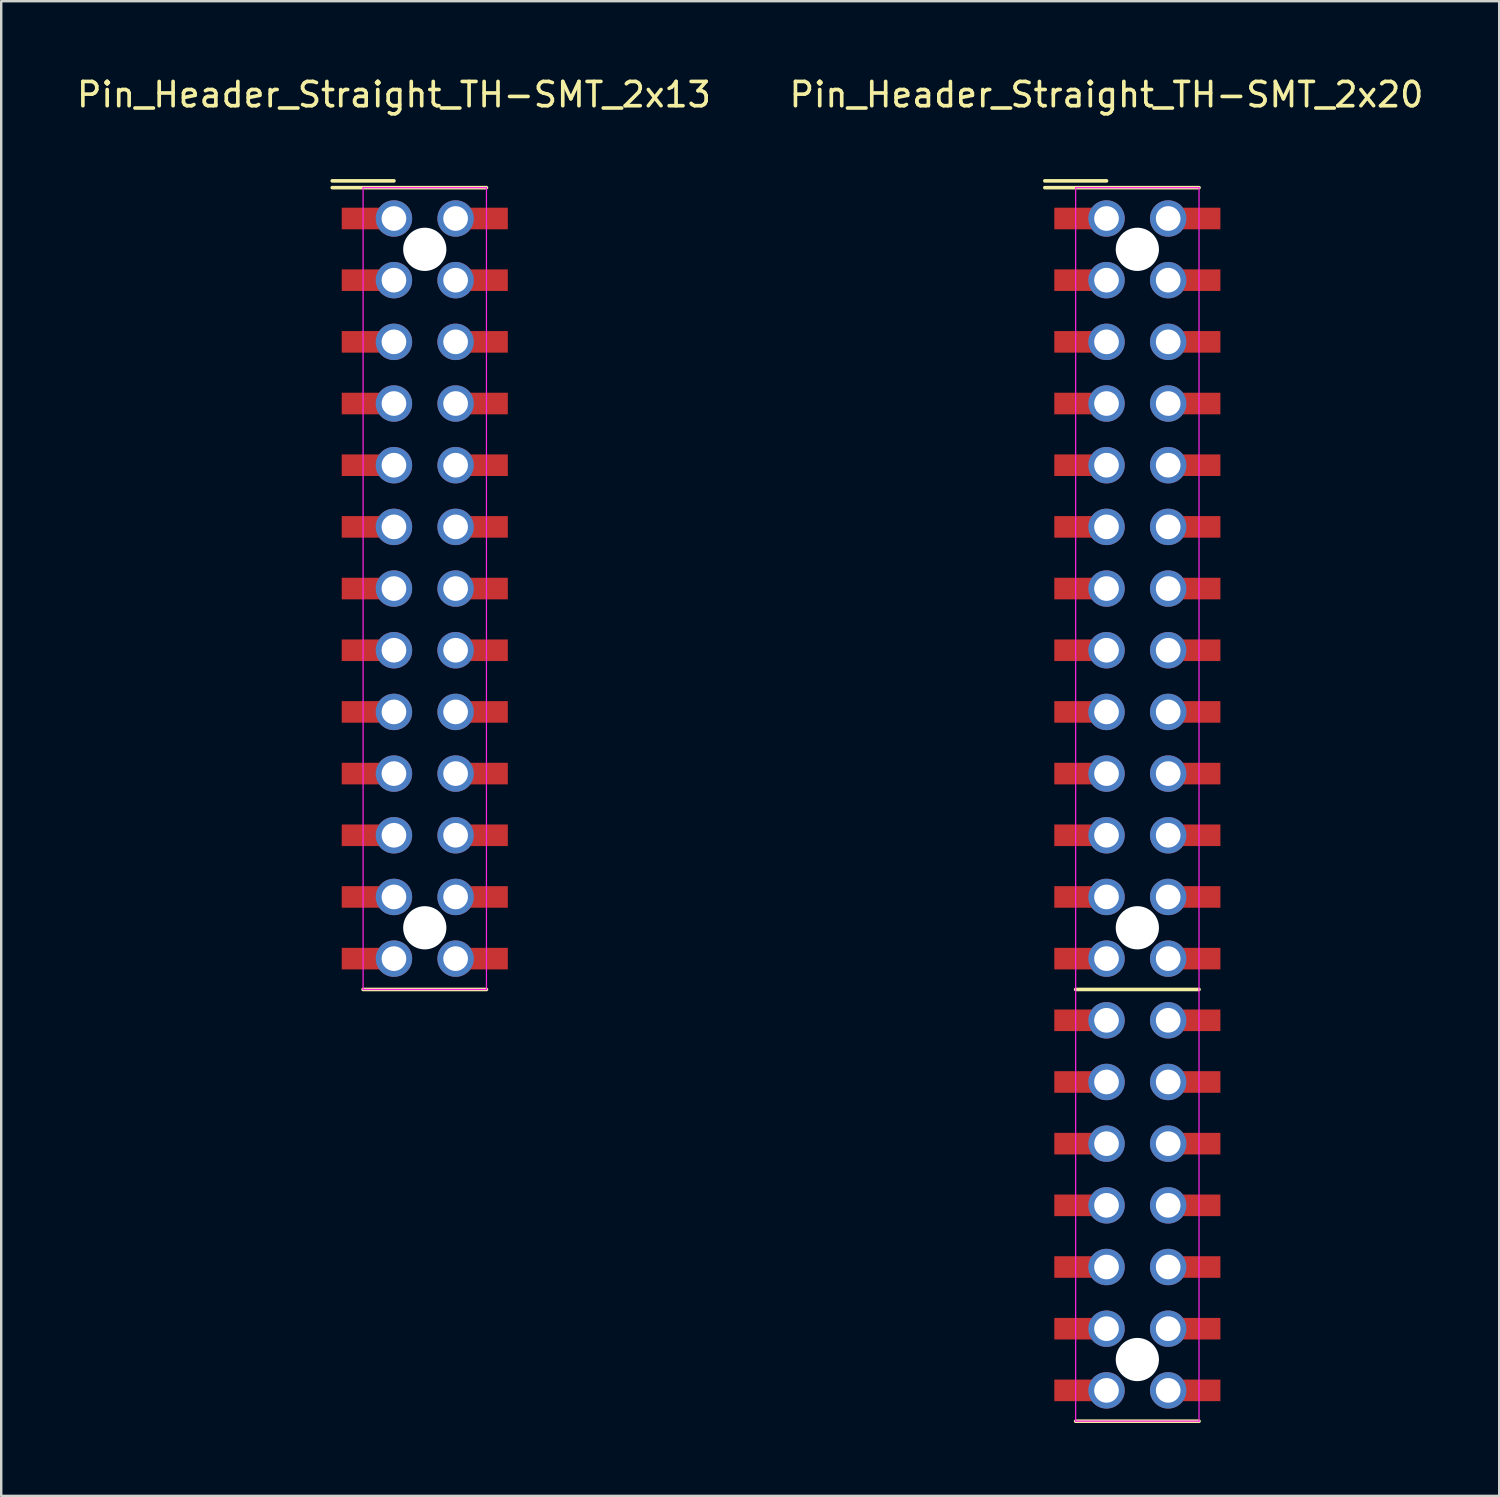
<source format=kicad_pcb>
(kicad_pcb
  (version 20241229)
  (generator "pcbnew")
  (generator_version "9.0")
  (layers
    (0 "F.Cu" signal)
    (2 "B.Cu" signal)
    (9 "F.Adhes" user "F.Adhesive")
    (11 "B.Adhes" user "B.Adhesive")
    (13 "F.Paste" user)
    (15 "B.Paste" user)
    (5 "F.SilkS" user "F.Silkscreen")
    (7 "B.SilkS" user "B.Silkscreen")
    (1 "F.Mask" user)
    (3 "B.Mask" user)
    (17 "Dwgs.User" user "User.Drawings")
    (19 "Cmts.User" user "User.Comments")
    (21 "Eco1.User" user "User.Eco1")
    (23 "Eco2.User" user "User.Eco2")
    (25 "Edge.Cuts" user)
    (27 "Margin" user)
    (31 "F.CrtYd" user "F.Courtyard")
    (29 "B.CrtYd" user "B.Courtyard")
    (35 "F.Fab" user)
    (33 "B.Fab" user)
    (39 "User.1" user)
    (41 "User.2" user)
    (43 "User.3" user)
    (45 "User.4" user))
  (footprint "Pin_Header_Straight_TH-SMT_2x20"
    (layer "F.Cu")
    (at 42.518 5.948)
    (property "Reference" "Pin_Header_Straight_TH-SMT_2x20" (at 0 -5.1 0) (layer "F.SilkS") (effects (font (size 1 1) (thickness 0.15))))
    (attr through_hole)
    (fp_line (start 0 -1.55) (end -2.54 -1.55) (stroke (width 0.15) (type solid)) (layer "F.SilkS"))
    (fp_line (start 3.81 -1.27) (end -2.54 -1.27) (stroke (width 0.15) (type solid)) (layer "F.SilkS"))
    (fp_line (start 3.81 31.75) (end -1.27 31.75) (stroke (width 0.15) (type solid)) (layer "F.SilkS"))
    (fp_line (start 3.81 49.53) (end -1.27 49.53) (stroke (width 0.15) (type solid)) (layer "F.SilkS"))
    (fp_line (start -1.27 -1.27) (end -1.27 49.53) (stroke (width 0.05) (type solid)) (layer "F.CrtYd"))
    (fp_line (start -1.27 -1.27) (end 3.81 -1.27) (stroke (width 0.05) (type solid)) (layer "F.CrtYd"))
    (fp_line (start -1.27 49.53) (end 3.81 49.53) (stroke (width 0.05) (type solid)) (layer "F.CrtYd"))
    (fp_line (start 3.81 -1.27) (end 3.81 49.53) (stroke (width 0.05) (type solid)) (layer "F.CrtYd"))
    (pad "" np_thru_hole circle (at 1.27 1.27) (size 1.78 1.78) (drill 1.78) (layers "*.Cu"))
    (pad "" np_thru_hole circle (at 1.27 29.21) (size 1.78 1.78) (drill 1.78) (layers "*.Cu"))
    (pad "" np_thru_hole circle (at 1.27 46.99) (size 1.78 1.78) (drill 1.78) (layers "*.Cu"))
    (pad "1" smd rect (at -1.31 0) (size 1.68 0.889) (layers "F.Cu" "F.Mask" "F.Paste"))
    (pad "1" thru_hole circle (at 0 0) (size 1.5 1.5) (drill 1.016) (layers "*.Cu" "*.Mask"))
    (pad "2" thru_hole circle (at 2.54 0) (size 1.5 1.5) (drill 1.016) (layers "*.Cu" "*.Mask"))
    (pad "2" smd rect (at 3.85 0) (size 1.68 0.889) (layers "F.Cu" "F.Mask" "F.Paste"))
    (pad "3" smd rect (at -1.31 2.54) (size 1.68 0.889) (layers "F.Cu" "F.Mask" "F.Paste"))
    (pad "3" thru_hole circle (at 0 2.54) (size 1.5 1.5) (drill 1.016) (layers "*.Cu" "*.Mask"))
    (pad "4" thru_hole circle (at 2.54 2.54) (size 1.5 1.5) (drill 1.016) (layers "*.Cu" "*.Mask"))
    (pad "4" smd rect (at 3.85 2.54) (size 1.68 0.889) (layers "F.Cu" "F.Mask" "F.Paste"))
    (pad "5" smd rect (at -1.31 5.08) (size 1.68 0.889) (layers "F.Cu" "F.Mask" "F.Paste"))
    (pad "5" thru_hole circle (at 0 5.08) (size 1.5 1.5) (drill 1.016) (layers "*.Cu" "*.Mask"))
    (pad "6" thru_hole circle (at 2.54 5.08) (size 1.5 1.5) (drill 1.016) (layers "*.Cu" "*.Mask"))
    (pad "6" smd rect (at 3.85 5.08) (size 1.68 0.889) (layers "F.Cu" "F.Mask" "F.Paste"))
    (pad "7" smd rect (at -1.31 7.62) (size 1.68 0.889) (layers "F.Cu" "F.Mask" "F.Paste"))
    (pad "7" thru_hole circle (at 0 7.62) (size 1.5 1.5) (drill 1.016) (layers "*.Cu" "*.Mask"))
    (pad "8" thru_hole circle (at 2.54 7.62) (size 1.5 1.5) (drill 1.016) (layers "*.Cu" "*.Mask"))
    (pad "8" smd rect (at 3.85 7.62) (size 1.68 0.889) (layers "F.Cu" "F.Mask" "F.Paste"))
    (pad "9" smd rect (at -1.31 10.16) (size 1.68 0.889) (layers "F.Cu" "F.Mask" "F.Paste"))
    (pad "9" thru_hole circle (at 0 10.16) (size 1.5 1.5) (drill 1.016) (layers "*.Cu" "*.Mask"))
    (pad "10" thru_hole circle (at 2.54 10.16) (size 1.5 1.5) (drill 1.016) (layers "*.Cu" "*.Mask"))
    (pad "10" smd rect (at 3.85 10.16) (size 1.68 0.889) (layers "F.Cu" "F.Mask" "F.Paste"))
    (pad "11" smd rect (at -1.31 12.7) (size 1.68 0.889) (layers "F.Cu" "F.Mask" "F.Paste"))
    (pad "11" thru_hole circle (at 0 12.7) (size 1.5 1.5) (drill 1.016) (layers "*.Cu" "*.Mask"))
    (pad "12" thru_hole circle (at 2.54 12.7) (size 1.5 1.5) (drill 1.016) (layers "*.Cu" "*.Mask"))
    (pad "12" smd rect (at 3.85 12.7) (size 1.68 0.889) (layers "F.Cu" "F.Mask" "F.Paste"))
    (pad "13" smd rect (at -1.31 15.24) (size 1.68 0.889) (layers "F.Cu" "F.Mask" "F.Paste"))
    (pad "13" thru_hole circle (at 0 15.24) (size 1.5 1.5) (drill 1.016) (layers "*.Cu" "*.Mask"))
    (pad "14" thru_hole circle (at 2.54 15.24) (size 1.5 1.5) (drill 1.016) (layers "*.Cu" "*.Mask"))
    (pad "14" smd rect (at 3.85 15.24) (size 1.68 0.889) (layers "F.Cu" "F.Mask" "F.Paste"))
    (pad "15" smd rect (at -1.31 17.78) (size 1.68 0.889) (layers "F.Cu" "F.Mask" "F.Paste"))
    (pad "15" thru_hole circle (at 0 17.78) (size 1.5 1.5) (drill 1.016) (layers "*.Cu" "*.Mask"))
    (pad "16" thru_hole circle (at 2.54 17.78) (size 1.5 1.5) (drill 1.016) (layers "*.Cu" "*.Mask"))
    (pad "16" smd rect (at 3.85 17.78) (size 1.68 0.889) (layers "F.Cu" "F.Mask" "F.Paste"))
    (pad "17" smd rect (at -1.31 20.32) (size 1.68 0.889) (layers "F.Cu" "F.Mask" "F.Paste"))
    (pad "17" thru_hole circle (at 0 20.32) (size 1.5 1.5) (drill 1.016) (layers "*.Cu" "*.Mask"))
    (pad "18" thru_hole circle (at 2.54 20.32) (size 1.5 1.5) (drill 1.016) (layers "*.Cu" "*.Mask"))
    (pad "18" smd rect (at 3.85 20.32) (size 1.68 0.889) (layers "F.Cu" "F.Mask" "F.Paste"))
    (pad "19" smd rect (at -1.31 22.86) (size 1.68 0.889) (layers "F.Cu" "F.Mask" "F.Paste"))
    (pad "19" thru_hole circle (at 0 22.86) (size 1.5 1.5) (drill 1.016) (layers "*.Cu" "*.Mask"))
    (pad "20" thru_hole circle (at 2.54 22.86) (size 1.5 1.5) (drill 1.016) (layers "*.Cu" "*.Mask"))
    (pad "20" smd rect (at 3.85 22.86) (size 1.68 0.889) (layers "F.Cu" "F.Mask" "F.Paste"))
    (pad "21" smd rect (at -1.31 25.4) (size 1.68 0.889) (layers "F.Cu" "F.Mask" "F.Paste"))
    (pad "21" thru_hole circle (at 0 25.4) (size 1.5 1.5) (drill 1.016) (layers "*.Cu" "*.Mask"))
    (pad "22" thru_hole circle (at 2.54 25.4) (size 1.5 1.5) (drill 1.016) (layers "*.Cu" "*.Mask"))
    (pad "22" smd rect (at 3.85 25.4) (size 1.68 0.889) (layers "F.Cu" "F.Mask" "F.Paste"))
    (pad "23" smd rect (at -1.31 27.94) (size 1.68 0.889) (layers "F.Cu" "F.Mask" "F.Paste"))
    (pad "23" thru_hole circle (at 0 27.94) (size 1.5 1.5) (drill 1.016) (layers "*.Cu" "*.Mask"))
    (pad "24" thru_hole circle (at 2.54 27.94) (size 1.5 1.5) (drill 1.016) (layers "*.Cu" "*.Mask"))
    (pad "24" smd rect (at 3.85 27.94) (size 1.68 0.889) (layers "F.Cu" "F.Mask" "F.Paste"))
    (pad "25" smd rect (at -1.31 30.48) (size 1.68 0.889) (layers "F.Cu" "F.Mask" "F.Paste"))
    (pad "25" thru_hole circle (at 0 30.48) (size 1.5 1.5) (drill 1.016) (layers "*.Cu" "*.Mask"))
    (pad "26" thru_hole circle (at 2.54 30.48) (size 1.5 1.5) (drill 1.016) (layers "*.Cu" "*.Mask"))
    (pad "26" smd rect (at 3.85 30.48) (size 1.68 0.889) (layers "F.Cu" "F.Mask" "F.Paste"))
    (pad "27" smd rect (at -1.31 33.02) (size 1.68 0.889) (layers "F.Cu" "F.Mask" "F.Paste"))
    (pad "27" thru_hole circle (at 0 33.02) (size 1.5 1.5) (drill 1.016) (layers "*.Cu" "*.Mask"))
    (pad "28" thru_hole circle (at 2.54 33.02) (size 1.5 1.5) (drill 1.016) (layers "*.Cu" "*.Mask"))
    (pad "28" smd rect (at 3.85 33.02) (size 1.68 0.889) (layers "F.Cu" "F.Mask" "F.Paste"))
    (pad "29" smd rect (at -1.31 35.56) (size 1.68 0.889) (layers "F.Cu" "F.Mask" "F.Paste"))
    (pad "29" thru_hole circle (at 0 35.56) (size 1.5 1.5) (drill 1.016) (layers "*.Cu" "*.Mask"))
    (pad "30" thru_hole circle (at 2.54 35.56) (size 1.5 1.5) (drill 1.016) (layers "*.Cu" "*.Mask"))
    (pad "30" smd rect (at 3.85 35.56) (size 1.68 0.889) (layers "F.Cu" "F.Mask" "F.Paste"))
    (pad "31" smd rect (at -1.31 38.1) (size 1.68 0.889) (layers "F.Cu" "F.Mask" "F.Paste"))
    (pad "31" thru_hole circle (at 0 38.1) (size 1.5 1.5) (drill 1.016) (layers "*.Cu" "*.Mask"))
    (pad "32" thru_hole circle (at 2.54 38.1) (size 1.5 1.5) (drill 1.016) (layers "*.Cu" "*.Mask"))
    (pad "32" smd rect (at 3.85 38.1) (size 1.68 0.889) (layers "F.Cu" "F.Mask" "F.Paste"))
    (pad "33" smd rect (at -1.31 40.64) (size 1.68 0.889) (layers "F.Cu" "F.Mask" "F.Paste"))
    (pad "33" thru_hole circle (at 0 40.64) (size 1.5 1.5) (drill 1.016) (layers "*.Cu" "*.Mask"))
    (pad "34" thru_hole circle (at 2.54 40.64) (size 1.5 1.5) (drill 1.016) (layers "*.Cu" "*.Mask"))
    (pad "34" smd rect (at 3.85 40.64) (size 1.68 0.889) (layers "F.Cu" "F.Mask" "F.Paste"))
    (pad "35" smd rect (at -1.31 43.18) (size 1.68 0.889) (layers "F.Cu" "F.Mask" "F.Paste"))
    (pad "35" thru_hole circle (at 0 43.18) (size 1.5 1.5) (drill 1.016) (layers "*.Cu" "*.Mask"))
    (pad "36" thru_hole circle (at 2.54 43.18) (size 1.5 1.5) (drill 1.016) (layers "*.Cu" "*.Mask"))
    (pad "36" smd rect (at 3.85 43.18) (size 1.68 0.889) (layers "F.Cu" "F.Mask" "F.Paste"))
    (pad "37" smd rect (at -1.31 45.72) (size 1.68 0.889) (layers "F.Cu" "F.Mask" "F.Paste"))
    (pad "37" thru_hole circle (at 0 45.72) (size 1.5 1.5) (drill 1.016) (layers "*.Cu" "*.Mask"))
    (pad "38" thru_hole circle (at 2.54 45.72) (size 1.5 1.5) (drill 1.016) (layers "*.Cu" "*.Mask"))
    (pad "38" smd rect (at 3.85 45.72) (size 1.68 0.889) (layers "F.Cu" "F.Mask" "F.Paste"))
    (pad "39" smd rect (at -1.31 48.26) (size 1.68 0.889) (layers "F.Cu" "F.Mask" "F.Paste"))
    (pad "39" thru_hole circle (at 0 48.26) (size 1.5 1.5) (drill 1.016) (layers "*.Cu" "*.Mask"))
    (pad "40" thru_hole circle (at 2.54 48.26) (size 1.5 1.5) (drill 1.016) (layers "*.Cu" "*.Mask"))
    (pad "40" smd rect (at 3.85 48.26) (size 1.68 0.889) (layers "F.Cu" "F.Mask" "F.Paste")))
  (footprint "Pin_Header_Straight_TH-SMT_2x13"
    (layer "F.Cu")
    (at 13.173 5.948)
    (property "Reference" "Pin_Header_Straight_TH-SMT_2x13" (at 0 -5.1 0) (layer "F.SilkS") (effects (font (size 1 1) (thickness 0.15))))
    (attr through_hole)
    (fp_line (start 0 -1.55) (end -2.54 -1.55) (stroke (width 0.15) (type solid)) (layer "F.SilkS"))
    (fp_line (start 3.81 -1.27) (end -2.54 -1.27) (stroke (width 0.15) (type solid)) (layer "F.SilkS"))
    (fp_line (start 3.81 31.75) (end -1.27 31.75) (stroke (width 0.15) (type solid)) (layer "F.SilkS"))
    (fp_line (start -1.27 -1.27) (end -1.27 31.75) (stroke (width 0.05) (type solid)) (layer "F.CrtYd"))
    (fp_line (start -1.27 -1.27) (end 3.81 -1.27) (stroke (width 0.05) (type solid)) (layer "F.CrtYd"))
    (fp_line (start -1.27 31.75) (end 3.81 31.75) (stroke (width 0.05) (type solid)) (layer "F.CrtYd"))
    (fp_line (start 3.81 -1.27) (end 3.81 31.75) (stroke (width 0.05) (type solid)) (layer "F.CrtYd"))
    (pad "" np_thru_hole circle (at 1.27 1.27) (size 1.78 1.78) (drill 1.78) (layers "*.Cu"))
    (pad "" np_thru_hole circle (at 1.27 29.21) (size 1.78 1.78) (drill 1.78) (layers "*.Cu"))
    (pad "1" smd rect (at -1.31 0) (size 1.68 0.889) (layers "F.Cu" "F.Mask" "F.Paste"))
    (pad "1" thru_hole circle (at 0 0) (size 1.5 1.5) (drill 1.016) (layers "*.Cu" "*.Mask"))
    (pad "2" thru_hole circle (at 2.54 0) (size 1.5 1.5) (drill 1.016) (layers "*.Cu" "*.Mask"))
    (pad "2" smd rect (at 3.85 0) (size 1.68 0.889) (layers "F.Cu" "F.Mask" "F.Paste"))
    (pad "3" smd rect (at -1.31 2.54) (size 1.68 0.889) (layers "F.Cu" "F.Mask" "F.Paste"))
    (pad "3" thru_hole circle (at 0 2.54) (size 1.5 1.5) (drill 1.016) (layers "*.Cu" "*.Mask"))
    (pad "4" thru_hole circle (at 2.54 2.54) (size 1.5 1.5) (drill 1.016) (layers "*.Cu" "*.Mask"))
    (pad "4" smd rect (at 3.85 2.54) (size 1.68 0.889) (layers "F.Cu" "F.Mask" "F.Paste"))
    (pad "5" smd rect (at -1.31 5.08) (size 1.68 0.889) (layers "F.Cu" "F.Mask" "F.Paste"))
    (pad "5" thru_hole circle (at 0 5.08) (size 1.5 1.5) (drill 1.016) (layers "*.Cu" "*.Mask"))
    (pad "6" thru_hole circle (at 2.54 5.08) (size 1.5 1.5) (drill 1.016) (layers "*.Cu" "*.Mask"))
    (pad "6" smd rect (at 3.85 5.08) (size 1.68 0.889) (layers "F.Cu" "F.Mask" "F.Paste"))
    (pad "7" smd rect (at -1.31 7.62) (size 1.68 0.889) (layers "F.Cu" "F.Mask" "F.Paste"))
    (pad "7" thru_hole circle (at 0 7.62) (size 1.5 1.5) (drill 1.016) (layers "*.Cu" "*.Mask"))
    (pad "8" thru_hole circle (at 2.54 7.62) (size 1.5 1.5) (drill 1.016) (layers "*.Cu" "*.Mask"))
    (pad "8" smd rect (at 3.85 7.62) (size 1.68 0.889) (layers "F.Cu" "F.Mask" "F.Paste"))
    (pad "9" smd rect (at -1.31 10.16) (size 1.68 0.889) (layers "F.Cu" "F.Mask" "F.Paste"))
    (pad "9" thru_hole circle (at 0 10.16) (size 1.5 1.5) (drill 1.016) (layers "*.Cu" "*.Mask"))
    (pad "10" thru_hole circle (at 2.54 10.16) (size 1.5 1.5) (drill 1.016) (layers "*.Cu" "*.Mask"))
    (pad "10" smd rect (at 3.85 10.16) (size 1.68 0.889) (layers "F.Cu" "F.Mask" "F.Paste"))
    (pad "11" smd rect (at -1.31 12.7) (size 1.68 0.889) (layers "F.Cu" "F.Mask" "F.Paste"))
    (pad "11" thru_hole circle (at 0 12.7) (size 1.5 1.5) (drill 1.016) (layers "*.Cu" "*.Mask"))
    (pad "12" thru_hole circle (at 2.54 12.7) (size 1.5 1.5) (drill 1.016) (layers "*.Cu" "*.Mask"))
    (pad "12" smd rect (at 3.85 12.7) (size 1.68 0.889) (layers "F.Cu" "F.Mask" "F.Paste"))
    (pad "13" smd rect (at -1.31 15.24) (size 1.68 0.889) (layers "F.Cu" "F.Mask" "F.Paste"))
    (pad "13" thru_hole circle (at 0 15.24) (size 1.5 1.5) (drill 1.016) (layers "*.Cu" "*.Mask"))
    (pad "14" thru_hole circle (at 2.54 15.24) (size 1.5 1.5) (drill 1.016) (layers "*.Cu" "*.Mask"))
    (pad "14" smd rect (at 3.85 15.24) (size 1.68 0.889) (layers "F.Cu" "F.Mask" "F.Paste"))
    (pad "15" smd rect (at -1.31 17.78) (size 1.68 0.889) (layers "F.Cu" "F.Mask" "F.Paste"))
    (pad "15" thru_hole circle (at 0 17.78) (size 1.5 1.5) (drill 1.016) (layers "*.Cu" "*.Mask"))
    (pad "16" thru_hole circle (at 2.54 17.78) (size 1.5 1.5) (drill 1.016) (layers "*.Cu" "*.Mask"))
    (pad "16" smd rect (at 3.85 17.78) (size 1.68 0.889) (layers "F.Cu" "F.Mask" "F.Paste"))
    (pad "17" smd rect (at -1.31 20.32) (size 1.68 0.889) (layers "F.Cu" "F.Mask" "F.Paste"))
    (pad "17" thru_hole circle (at 0 20.32) (size 1.5 1.5) (drill 1.016) (layers "*.Cu" "*.Mask"))
    (pad "18" thru_hole circle (at 2.54 20.32) (size 1.5 1.5) (drill 1.016) (layers "*.Cu" "*.Mask"))
    (pad "18" smd rect (at 3.85 20.32) (size 1.68 0.889) (layers "F.Cu" "F.Mask" "F.Paste"))
    (pad "19" smd rect (at -1.31 22.86) (size 1.68 0.889) (layers "F.Cu" "F.Mask" "F.Paste"))
    (pad "19" thru_hole circle (at 0 22.86) (size 1.5 1.5) (drill 1.016) (layers "*.Cu" "*.Mask"))
    (pad "20" thru_hole circle (at 2.54 22.86) (size 1.5 1.5) (drill 1.016) (layers "*.Cu" "*.Mask"))
    (pad "20" smd rect (at 3.85 22.86) (size 1.68 0.889) (layers "F.Cu" "F.Mask" "F.Paste"))
    (pad "21" smd rect (at -1.31 25.4) (size 1.68 0.889) (layers "F.Cu" "F.Mask" "F.Paste"))
    (pad "21" thru_hole circle (at 0 25.4) (size 1.5 1.5) (drill 1.016) (layers "*.Cu" "*.Mask"))
    (pad "22" thru_hole circle (at 2.54 25.4) (size 1.5 1.5) (drill 1.016) (layers "*.Cu" "*.Mask"))
    (pad "22" smd rect (at 3.85 25.4) (size 1.68 0.889) (layers "F.Cu" "F.Mask" "F.Paste"))
    (pad "23" smd rect (at -1.31 27.94) (size 1.68 0.889) (layers "F.Cu" "F.Mask" "F.Paste"))
    (pad "23" thru_hole circle (at 0 27.94) (size 1.5 1.5) (drill 1.016) (layers "*.Cu" "*.Mask"))
    (pad "24" thru_hole circle (at 2.54 27.94) (size 1.5 1.5) (drill 1.016) (layers "*.Cu" "*.Mask"))
    (pad "24" smd rect (at 3.85 27.94) (size 1.68 0.889) (layers "F.Cu" "F.Mask" "F.Paste"))
    (pad "25" smd rect (at -1.31 30.48) (size 1.68 0.889) (layers "F.Cu" "F.Mask" "F.Paste"))
    (pad "25" thru_hole circle (at 0 30.48) (size 1.5 1.5) (drill 1.016) (layers "*.Cu" "*.Mask"))
    (pad "26" thru_hole circle (at 2.54 30.48) (size 1.5 1.5) (drill 1.016) (layers "*.Cu" "*.Mask"))
    (pad "26" smd rect (at 3.85 30.48) (size 1.68 0.889) (layers "F.Cu" "F.Mask" "F.Paste")))
  (gr_rect
    (start -3 -3)
    (end 58.69 58.553)
    (stroke (width 0.1) (type default))
    (fill no)
    (layer "Edge.Cuts")))
</source>
